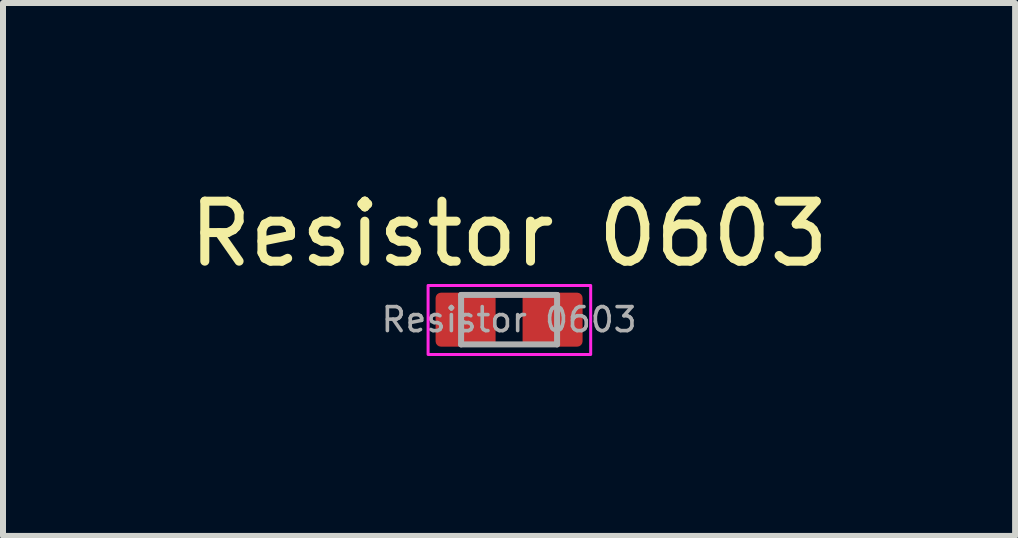
<source format=kicad_pcb>
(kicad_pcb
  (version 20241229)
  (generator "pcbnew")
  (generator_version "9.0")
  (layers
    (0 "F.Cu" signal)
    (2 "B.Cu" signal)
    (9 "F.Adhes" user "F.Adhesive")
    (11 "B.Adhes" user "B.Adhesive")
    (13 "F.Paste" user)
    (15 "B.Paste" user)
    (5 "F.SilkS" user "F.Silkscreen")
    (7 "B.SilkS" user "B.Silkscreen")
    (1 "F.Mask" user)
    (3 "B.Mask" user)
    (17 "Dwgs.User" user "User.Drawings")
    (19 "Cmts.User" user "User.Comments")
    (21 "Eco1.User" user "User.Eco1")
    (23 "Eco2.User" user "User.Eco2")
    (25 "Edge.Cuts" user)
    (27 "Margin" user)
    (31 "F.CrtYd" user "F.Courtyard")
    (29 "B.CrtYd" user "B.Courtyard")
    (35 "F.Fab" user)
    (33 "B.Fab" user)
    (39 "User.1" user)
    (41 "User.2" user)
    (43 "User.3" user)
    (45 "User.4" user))
  (footprint "Resistor 0603"
    (layer "F.Cu")
    (at 5.435 2.278)
    (property "Reference" "Resistor 0603" (at 0 -1.43 0) (layer "F.SilkS") (effects (font (size 1 1) (thickness 0.15))))
    (attr smd)
    (fp_rect (start -1.35 -0.57) (end 1.36 0.58) (stroke (width 0.05) (type default)) (fill no) (layer "F.CrtYd"))
    (fp_line (start -0.8 -0.412) (end 0.8 -0.412) (stroke (width 0.1) (type solid)) (layer "F.Fab"))
    (fp_line (start -0.8 0.412) (end -0.8 -0.412) (stroke (width 0.1) (type solid)) (layer "F.Fab"))
    (fp_line (start 0.8 -0.412) (end 0.8 0.412) (stroke (width 0.1) (type solid)) (layer "F.Fab"))
    (fp_line (start 0.8 0.412) (end -0.8 0.412) (stroke (width 0.1) (type solid)) (layer "F.Fab"))
    (fp_text user "${REFERENCE}" (at 0 0 0) (layer "F.Fab") (effects (font (size 0.4 0.4) (thickness 0.06))))
    (pad "1" smd roundrect (at -0.725 0) (size 1 0.9) (layers "F.Cu" "F.Mask" "F.Paste") (roundrect_rratio 0.1))
    (pad "2" smd roundrect (at 0.725 0) (size 1 0.9) (layers "F.Cu" "F.Mask" "F.Paste") (roundrect_rratio 0.1)))
  (gr_rect
    (start -3 -3)
    (end 13.869 5.883)
    (stroke (width 0.1) (type default))
    (fill no)
    (layer "Edge.Cuts")))
</source>
